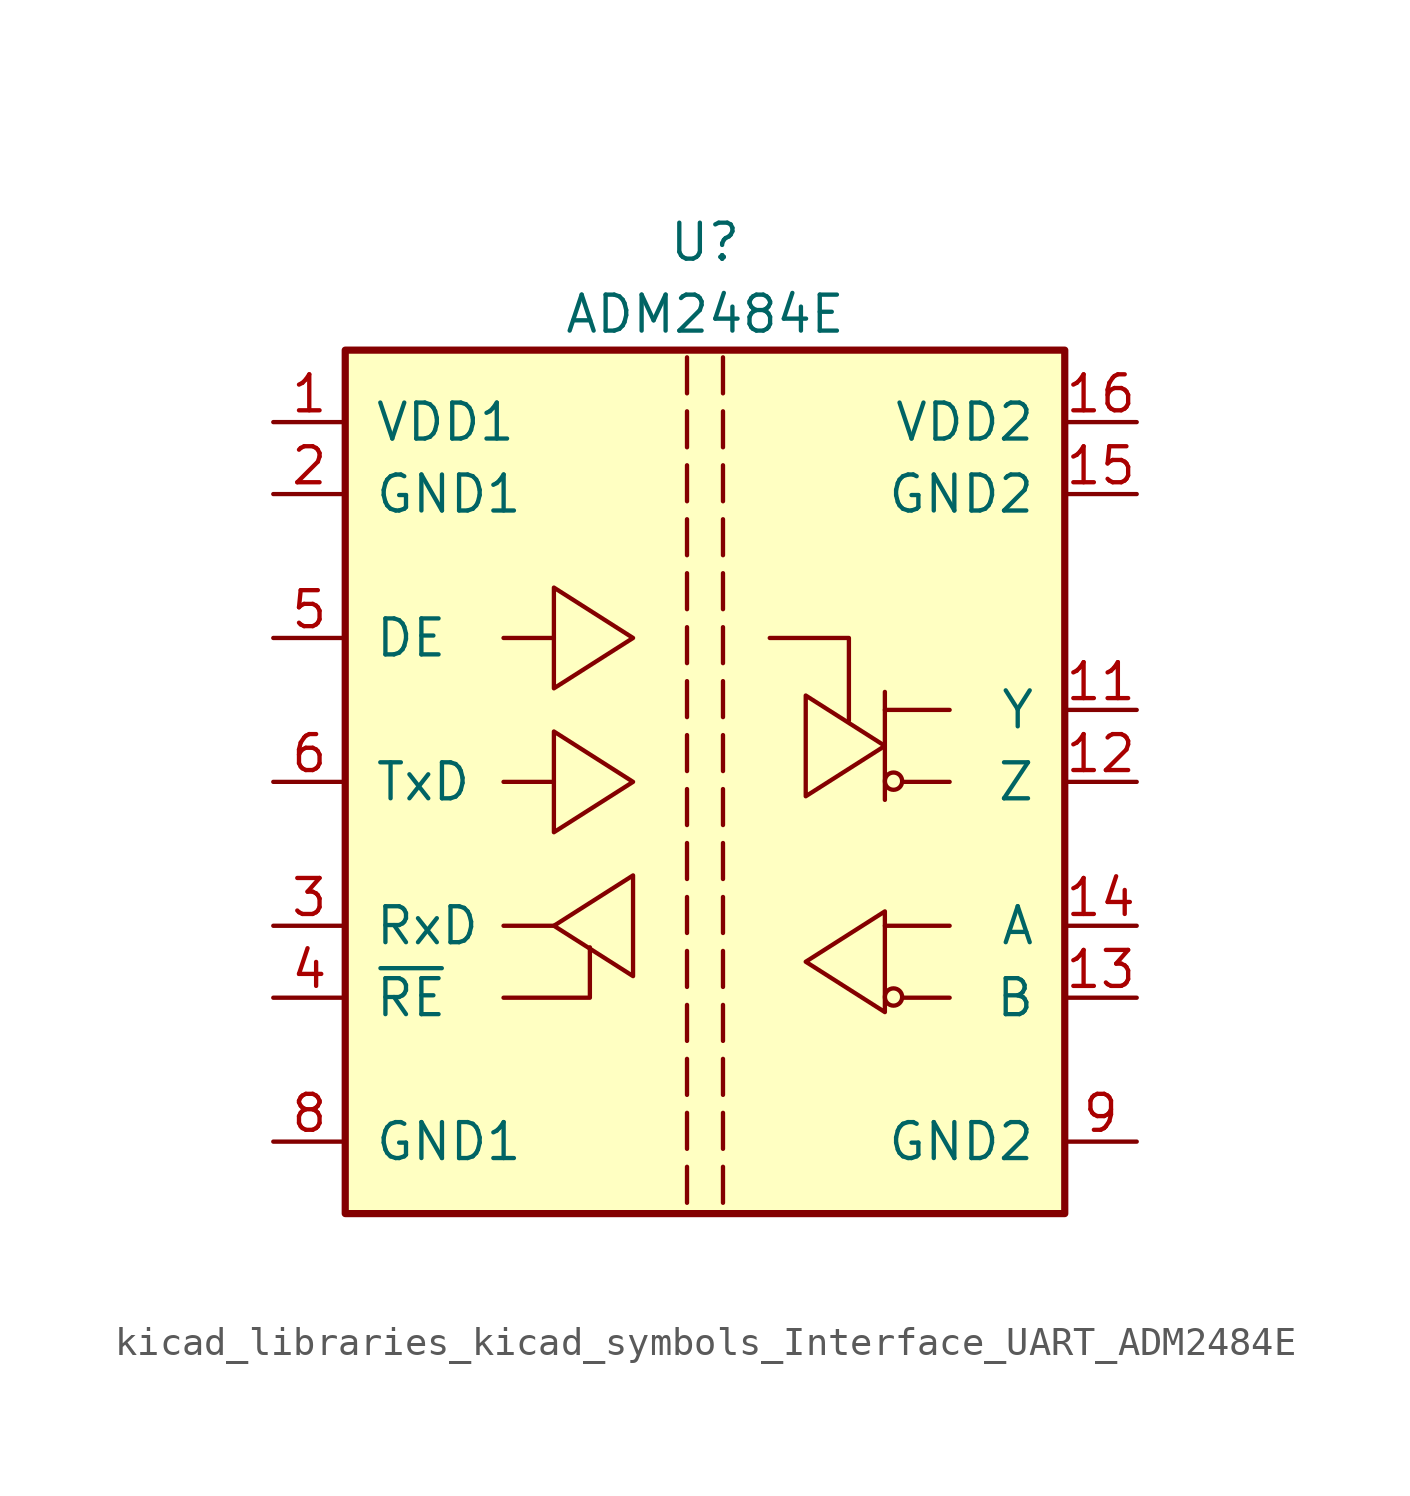
<source format=kicad_sym>
(kicad_symbol_lib
  (version 20220914)
  (generator kicad_symbol_editor)
  (symbol "kicad_libraries_kicad_symbols_Interface_UART_ADM2484E"
    (pin_names
      (offset 1.016))
    (property "Reference" "U"
      (at 0 19.05 0)
      (effects (font (size 1.27 1.27))))
    (property "Value" "ADM2484E"
      (at 0 16.51 0)
      (effects (font (size 1.27 1.27))))
    (symbol "kicad_libraries_kicad_symbols_Interface_UART_ADM2484E_0_0"
      (polyline (pts (xy -0.635 -13.589) (xy -0.635 -14.859)) (stroke (width 0) (type default)) (fill (type none)))
      (polyline (pts (xy -0.635 -11.684) (xy -0.635 -12.954)) (stroke (width 0) (type default)) (fill (type none)))
      (polyline (pts (xy -0.635 -9.779) (xy -0.635 -11.049)) (stroke (width 0) (type default)) (fill (type none)))
      (polyline (pts (xy -0.635 -7.874) (xy -0.635 -9.144)) (stroke (width 0) (type default)) (fill (type none)))
      (polyline (pts (xy -0.635 -5.969) (xy -0.635 -7.239)) (stroke (width 0) (type default)) (fill (type none)))
      (polyline (pts (xy -0.635 -4.064) (xy -0.635 -5.334)) (stroke (width 0) (type default)) (fill (type none)))
      (polyline (pts (xy -0.635 -2.159) (xy -0.635 -3.429)) (stroke (width 0) (type default)) (fill (type none)))
      (polyline (pts (xy -0.635 -0.254) (xy -0.635 -1.524)) (stroke (width 0) (type default)) (fill (type none)))
      (polyline (pts (xy -0.635 1.651) (xy -0.635 0.381)) (stroke (width 0) (type default)) (fill (type none)))
      (polyline (pts (xy -0.635 3.556) (xy -0.635 2.286)) (stroke (width 0) (type default)) (fill (type none)))
      (polyline (pts (xy -0.635 5.461) (xy -0.635 4.191)) (stroke (width 0) (type default)) (fill (type none)))
      (polyline (pts (xy -0.635 7.366) (xy -0.635 6.096)) (stroke (width 0) (type default)) (fill (type none)))
      (polyline (pts (xy -0.635 9.271) (xy -0.635 8.001)) (stroke (width 0) (type default)) (fill (type none)))
      (polyline (pts (xy -0.635 11.176) (xy -0.635 9.906)) (stroke (width 0) (type default)) (fill (type none)))
      (polyline (pts (xy -0.635 13.081) (xy -0.635 11.811)) (stroke (width 0) (type default)) (fill (type none)))
      (polyline (pts (xy -0.635 14.986) (xy -0.635 13.716)) (stroke (width 0) (type default)) (fill (type none)))
      (polyline (pts (xy 0.635 -13.589) (xy 0.635 -14.859)) (stroke (width 0) (type default)) (fill (type none)))
      (polyline (pts (xy 0.635 -11.684) (xy 0.635 -12.954)) (stroke (width 0) (type default)) (fill (type none)))
      (polyline (pts (xy 0.635 -9.779) (xy 0.635 -11.049)) (stroke (width 0) (type default)) (fill (type none)))
      (polyline (pts (xy 0.635 -7.874) (xy 0.635 -9.144)) (stroke (width 0) (type default)) (fill (type none)))
      (polyline (pts (xy 0.635 -5.969) (xy 0.635 -7.239)) (stroke (width 0) (type default)) (fill (type none)))
      (polyline (pts (xy 0.635 -4.064) (xy 0.635 -5.334)) (stroke (width 0) (type default)) (fill (type none)))
      (polyline (pts (xy 0.635 -2.159) (xy 0.635 -3.429)) (stroke (width 0) (type default)) (fill (type none)))
      (polyline (pts (xy 0.635 -0.254) (xy 0.635 -1.524)) (stroke (width 0) (type default)) (fill (type none)))
      (polyline (pts (xy 0.635 1.651) (xy 0.635 0.381)) (stroke (width 0) (type default)) (fill (type none)))
      (polyline (pts (xy 0.635 3.556) (xy 0.635 2.286)) (stroke (width 0) (type default)) (fill (type none)))
      (polyline (pts (xy 0.635 5.461) (xy 0.635 4.191)) (stroke (width 0) (type default)) (fill (type none)))
      (polyline (pts (xy 0.635 7.366) (xy 0.635 6.096)) (stroke (width 0) (type default)) (fill (type none)))
      (polyline (pts (xy 0.635 9.271) (xy 0.635 8.001)) (stroke (width 0) (type default)) (fill (type none)))
      (polyline (pts (xy 0.635 11.176) (xy 0.635 9.906)) (stroke (width 0) (type default)) (fill (type none)))
      (polyline (pts (xy 0.635 13.081) (xy 0.635 11.811)) (stroke (width 0) (type default)) (fill (type none)))
      (polyline (pts (xy 0.635 14.986) (xy 0.635 13.716)) (stroke (width 0) (type default)) (fill (type none))))
    (symbol "kicad_libraries_kicad_symbols_Interface_UART_ADM2484E_0_1"
      (rectangle (start -12.7 15.24) (end 12.7 -15.24) (stroke (width 0.254) (type default)) (fill (type background)))
      (polyline (pts (xy -5.334 -5.08) (xy -7.112 -5.08)) (stroke (width 0) (type default)) (fill (type none)))
      (polyline (pts (xy -5.334 0) (xy -7.112 0)) (stroke (width 0) (type default)) (fill (type none)))
      (polyline (pts (xy -5.334 5.08) (xy -7.112 5.08)) (stroke (width 0) (type default)) (fill (type none)))
      (polyline (pts (xy 6.35 -5.08) (xy 8.636 -5.08)) (stroke (width 0) (type default)) (fill (type none)))
      (polyline (pts (xy 6.35 2.54) (xy 8.636 2.54)) (stroke (width 0) (type default)) (fill (type none)))
      (polyline (pts (xy 6.35 3.175) (xy 6.35 -0.635)) (stroke (width 0) (type default)) (fill (type none)))
      (polyline (pts (xy 6.96 -7.62) (xy 8.636 -7.62)) (stroke (width 0) (type default)) (fill (type none)))
      (polyline (pts (xy 6.96 0) (xy 8.636 0)) (stroke (width 0) (type default)) (fill (type none)))
      (polyline (pts (xy -7.112 -7.62) (xy -4.064 -7.62) (xy -4.064 -5.842)) (stroke (width 0) (type default)) (fill (type none)))
      (polyline (pts (xy 2.286 5.08) (xy 5.08 5.08) (xy 5.08 2.159)) (stroke (width 0) (type default)) (fill (type none)))
      (polyline (pts (xy -5.334 -5.08) (xy -2.54 -3.302) (xy -2.54 -6.858) (xy -5.334 -5.08)) (stroke (width 0) (type default)) (fill (type none)))
      (polyline (pts (xy -2.54 0) (xy -5.334 1.778) (xy -5.334 -1.778) (xy -2.54 0)) (stroke (width 0) (type default)) (fill (type none)))
      (polyline (pts (xy -2.54 5.08) (xy -5.334 6.858) (xy -5.334 3.302) (xy -2.54 5.08)) (stroke (width 0) (type default)) (fill (type none)))
      (polyline (pts (xy 3.556 -6.35) (xy 6.35 -4.572) (xy 6.35 -8.128) (xy 3.556 -6.35)) (stroke (width 0) (type default)) (fill (type none)))
      (polyline (pts (xy 6.35 1.27) (xy 3.556 3.048) (xy 3.556 -0.508) (xy 6.35 1.27)) (stroke (width 0) (type default)) (fill (type none)))
      (circle (center 6.655 -7.595) (radius 0.305) (stroke (width 0) (type default)) (fill (type none)))
      (circle (center 6.655 0.025) (radius 0.305) (stroke (width 0) (type default)) (fill (type none))))
    (symbol "kicad_libraries_kicad_symbols_Interface_UART_ADM2484E_1_1"
      (pin power_in line (at -15.24 12.7 0) (length 2.54) (name "VDD1" (effects (font (size 1.27 1.27)))) (number "1" (effects (font (size 1.27 1.27)))))
      (pin no_connect line (at 12.7 -10.16 180) (length 2.54) hide (name "NC" (effects (font (size 1.27 1.27)))) (number "10" (effects (font (size 1.27 1.27)))))
      (pin output line (at 15.24 2.54 180) (length 2.54) (name "Y" (effects (font (size 1.27 1.27)))) (number "11" (effects (font (size 1.27 1.27)))))
      (pin output line (at 15.24 0 180) (length 2.54) (name "Z" (effects (font (size 1.27 1.27)))) (number "12" (effects (font (size 1.27 1.27)))))
      (pin input line (at 15.24 -7.62 180) (length 2.54) (name "B" (effects (font (size 1.27 1.27)))) (number "13" (effects (font (size 1.27 1.27)))))
      (pin input line (at 15.24 -5.08 180) (length 2.54) (name "A" (effects (font (size 1.27 1.27)))) (number "14" (effects (font (size 1.27 1.27)))))
      (pin power_in line (at 15.24 10.16 180) (length 2.54) (name "GND2" (effects (font (size 1.27 1.27)))) (number "15" (effects (font (size 1.27 1.27)))))
      (pin power_in line (at 15.24 12.7 180) (length 2.54) (name "VDD2" (effects (font (size 1.27 1.27)))) (number "16" (effects (font (size 1.27 1.27)))))
      (pin power_in line (at -15.24 10.16 0) (length 2.54) (name "GND1" (effects (font (size 1.27 1.27)))) (number "2" (effects (font (size 1.27 1.27)))))
      (pin output line (at -15.24 -5.08 0) (length 2.54) (name "RxD" (effects (font (size 1.27 1.27)))) (number "3" (effects (font (size 1.27 1.27)))))
      (pin input line (at -15.24 -7.62 0) (length 2.54) (name "~{RE}" (effects (font (size 1.27 1.27)))) (number "4" (effects (font (size 1.27 1.27)))))
      (pin input line (at -15.24 5.08 0) (length 2.54) (name "DE" (effects (font (size 1.27 1.27)))) (number "5" (effects (font (size 1.27 1.27)))))
      (pin input line (at -15.24 0 0) (length 2.54) (name "TxD" (effects (font (size 1.27 1.27)))) (number "6" (effects (font (size 1.27 1.27)))))
      (pin no_connect line (at -12.7 -10.16 0) (length 2.54) hide (name "NC" (effects (font (size 1.27 1.27)))) (number "7" (effects (font (size 1.27 1.27)))))
      (pin power_in line (at -15.24 -12.7 0) (length 2.54) (name "GND1" (effects (font (size 1.27 1.27)))) (number "8" (effects (font (size 1.27 1.27)))))
      (pin power_in line (at 15.24 -12.7 180) (length 2.54) (name "GND2" (effects (font (size 1.27 1.27)))) (number "9" (effects (font (size 1.27 1.27))))))))
</source>
